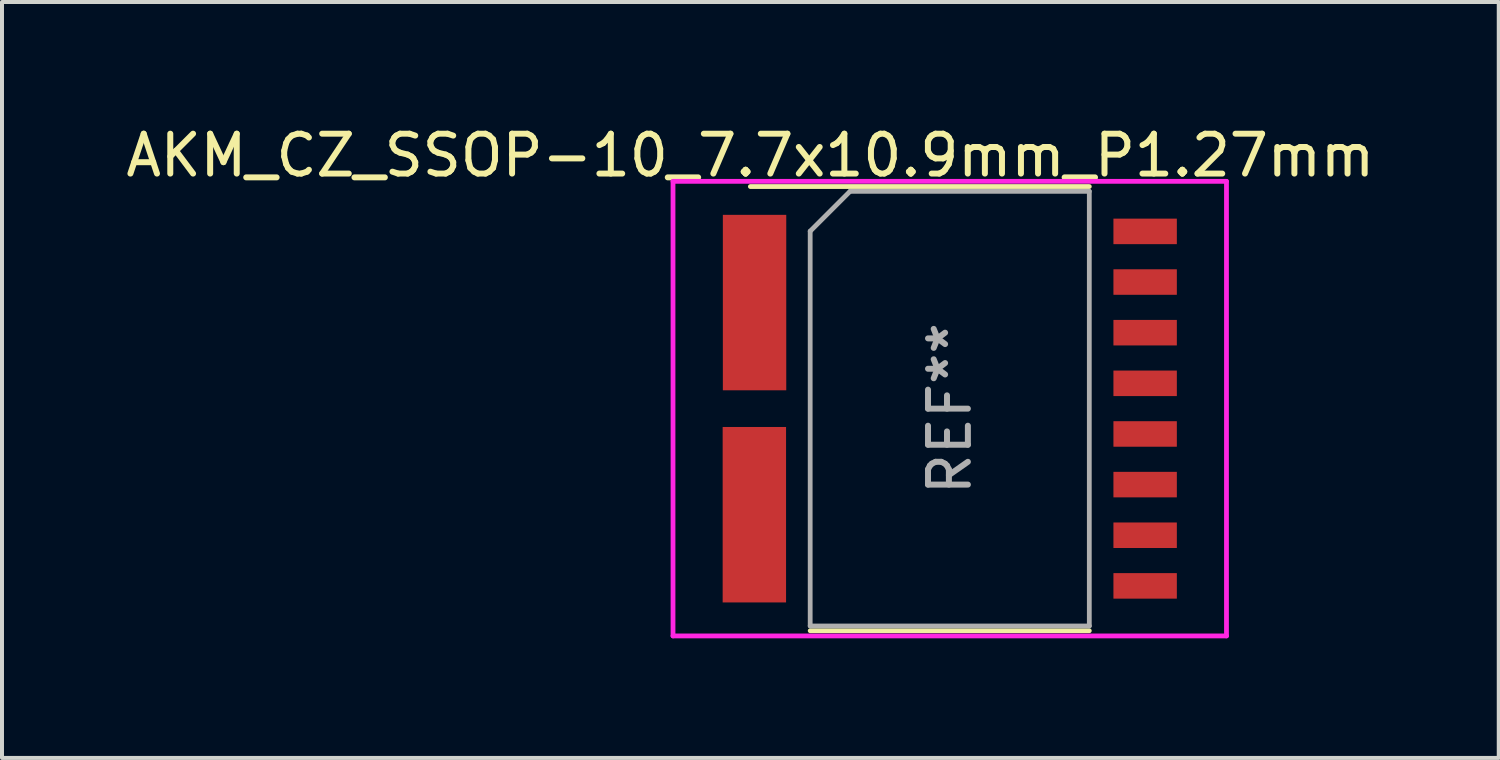
<source format=kicad_pcb>
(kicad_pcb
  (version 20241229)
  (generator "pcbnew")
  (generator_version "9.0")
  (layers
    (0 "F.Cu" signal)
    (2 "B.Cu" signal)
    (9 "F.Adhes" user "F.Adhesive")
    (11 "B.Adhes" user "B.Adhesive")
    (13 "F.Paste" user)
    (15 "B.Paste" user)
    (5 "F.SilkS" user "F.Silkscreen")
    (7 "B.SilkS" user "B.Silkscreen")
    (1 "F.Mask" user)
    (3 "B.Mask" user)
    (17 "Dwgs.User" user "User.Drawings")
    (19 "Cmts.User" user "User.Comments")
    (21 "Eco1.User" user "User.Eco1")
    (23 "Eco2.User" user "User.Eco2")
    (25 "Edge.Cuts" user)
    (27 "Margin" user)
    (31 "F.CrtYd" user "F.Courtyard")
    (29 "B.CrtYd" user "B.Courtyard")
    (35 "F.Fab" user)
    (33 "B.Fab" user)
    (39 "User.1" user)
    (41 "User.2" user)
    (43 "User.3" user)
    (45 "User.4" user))
  (footprint "AKM_CZ_SSOP-10_7.7x10.9mm_P1.27mm"
    (layer "F.Cu")
    (at 20.768 7.198)
    (property "Reference" "AKM_CZ_SSOP-10_7.7x10.9mm_P1.27mm" (at -5 -6.35 0) (layer "F.SilkS") (effects (font (size 1 1) (thickness 0.15))))
    (attr smd)
    (fp_line (start 3.5 -5.57) (end -5 -5.57) (stroke (width 0.12) (type solid)) (layer "F.SilkS"))
    (fp_line (start 3.5 5.57) (end -3.5 5.57) (stroke (width 0.12) (type solid)) (layer "F.SilkS"))
    (fp_line (start -6.94 -5.7) (end -6.94 5.7) (stroke (width 0.12) (type solid)) (layer "F.CrtYd"))
    (fp_line (start 6.94 -5.7) (end -6.94 -5.7) (stroke (width 0.12) (type solid)) (layer "F.CrtYd"))
    (fp_line (start 6.94 -5.7) (end 6.94 5.7) (stroke (width 0.12) (type solid)) (layer "F.CrtYd"))
    (fp_line (start 6.94 5.7) (end -6.94 5.7) (stroke (width 0.12) (type solid)) (layer "F.CrtYd"))
    (fp_line (start -3.5 -4.45) (end -2.5 -5.45) (stroke (width 0.12) (type solid)) (layer "F.Fab"))
    (fp_line (start -3.5 5.45) (end -3.5 -4.45) (stroke (width 0.12) (type solid)) (layer "F.Fab"))
    (fp_line (start 3.5 -5.45) (end -2.5 -5.45) (stroke (width 0.12) (type solid)) (layer "F.Fab"))
    (fp_line (start 3.5 -5.45) (end 3.5 5.45) (stroke (width 0.12) (type solid)) (layer "F.Fab"))
    (fp_line (start 3.5 5.45) (end -3.5 5.45) (stroke (width 0.12) (type solid)) (layer "F.Fab"))
    (fp_text user "REF**" (at 0 0 90) (layer "F.Fab") (effects (font (size 1 1) (thickness 0.15))))
    (pad "1" smd rect (at -4.895 -2.66) (size 1.59 4.4) (layers "F.Cu" "F.Mask" "F.Paste"))
    (pad "5" smd rect (at -4.9 2.66) (size 1.59 4.4) (layers "F.Cu" "F.Mask" "F.Paste"))
    (pad "9" smd rect (at 4.9 4.445) (size 1.59 0.64) (layers "F.Cu" "F.Mask" "F.Paste"))
    (pad "10" smd rect (at 4.9 3.175) (size 1.59 0.64) (layers "F.Cu" "F.Mask" "F.Paste"))
    (pad "11" smd rect (at 4.9 1.905) (size 1.59 0.64) (layers "F.Cu" "F.Mask" "F.Paste"))
    (pad "12" smd rect (at 4.9 0.635) (size 1.59 0.64) (layers "F.Cu" "F.Mask" "F.Paste"))
    (pad "13" smd rect (at 4.9 -0.635) (size 1.59 0.64) (layers "F.Cu" "F.Mask" "F.Paste"))
    (pad "14" smd rect (at 4.9 -1.905) (size 1.59 0.64) (layers "F.Cu" "F.Mask" "F.Paste"))
    (pad "15" smd rect (at 4.9 -3.175) (size 1.59 0.64) (layers "F.Cu" "F.Mask" "F.Paste"))
    (pad "16" smd rect (at 4.9 -4.445) (size 1.59 0.64) (layers "F.Cu" "F.Mask" "F.Paste")))
  (gr_rect
    (start -3 -3)
    (end 34.536 15.958)
    (stroke (width 0.1) (type default))
    (fill no)
    (layer "Edge.Cuts")))
</source>
